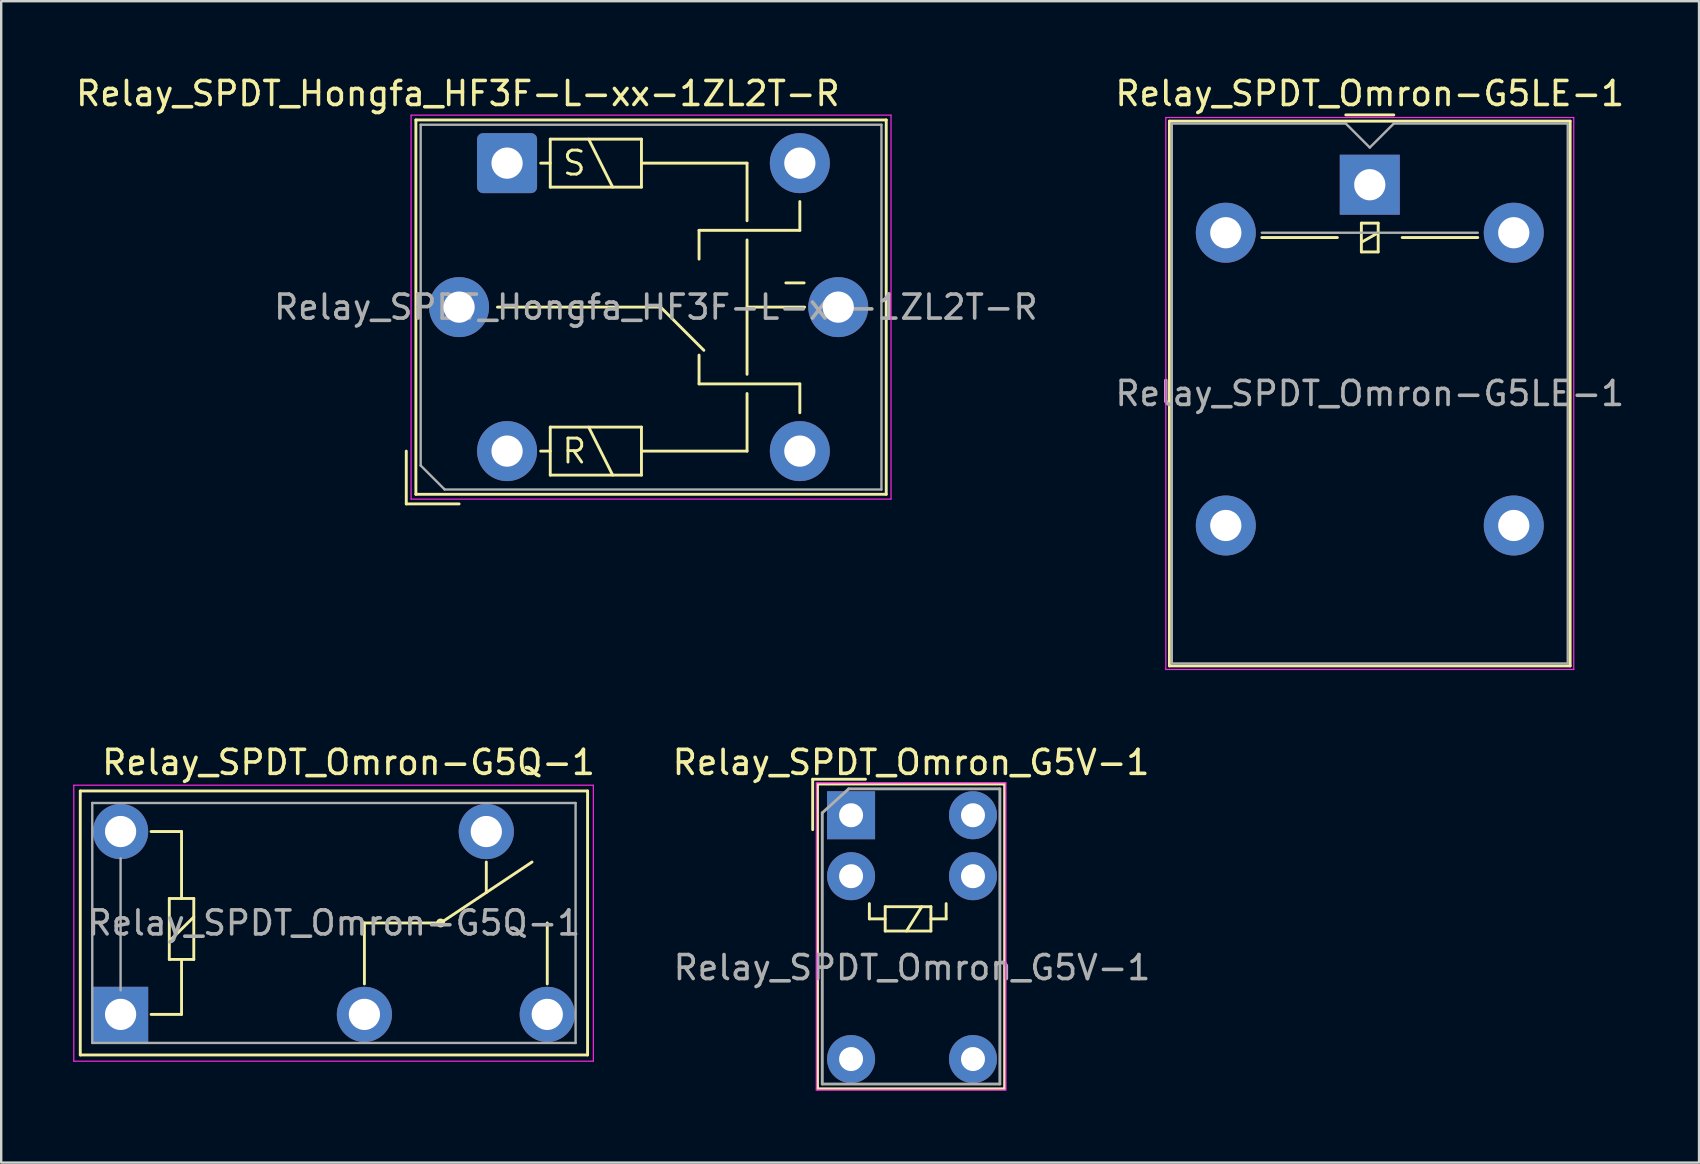
<source format=kicad_pcb>
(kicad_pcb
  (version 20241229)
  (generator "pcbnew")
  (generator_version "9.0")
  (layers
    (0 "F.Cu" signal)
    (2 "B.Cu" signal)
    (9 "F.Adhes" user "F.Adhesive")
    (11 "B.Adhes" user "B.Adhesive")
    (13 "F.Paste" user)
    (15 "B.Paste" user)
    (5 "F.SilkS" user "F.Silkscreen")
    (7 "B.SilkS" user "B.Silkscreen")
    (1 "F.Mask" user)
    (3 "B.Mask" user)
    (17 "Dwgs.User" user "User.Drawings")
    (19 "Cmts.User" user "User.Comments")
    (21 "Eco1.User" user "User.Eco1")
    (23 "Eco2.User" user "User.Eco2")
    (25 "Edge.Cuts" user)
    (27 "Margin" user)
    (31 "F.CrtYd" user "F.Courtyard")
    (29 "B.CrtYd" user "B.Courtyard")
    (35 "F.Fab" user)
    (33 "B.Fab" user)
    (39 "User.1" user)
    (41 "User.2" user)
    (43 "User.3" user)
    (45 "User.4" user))
  (footprint "Relay_SPDT_Omron-G5LE-1"
    (layer "F.Cu")
    (at 54.03 4.648)
    (property "Reference" "Relay_SPDT_Omron-G5LE-1" (at 0 -3.8 0) (layer "F.SilkS") (effects (font (size 1 1) (thickness 0.15))))
    (attr through_hole)
    (fp_line (start -8.35 -2.65) (end -8.35 20.05) (stroke (width 0.12) (type solid)) (layer "F.SilkS"))
    (fp_line (start -8.35 20.05) (end 8.35 20.05) (stroke (width 0.12) (type solid)) (layer "F.SilkS"))
    (fp_line (start -4.5 2.2) (end -1.35 2.2) (stroke (width 0.12) (type solid)) (layer "F.SilkS"))
    (fp_line (start -1 -2.91) (end 1 -2.91) (stroke (width 0.12) (type solid)) (layer "F.SilkS"))
    (fp_line (start -0.35 1.6) (end -0.35 2.8) (stroke (width 0.12) (type solid)) (layer "F.SilkS"))
    (fp_line (start -0.35 2.4) (end 0.35 2) (stroke (width 0.12) (type solid)) (layer "F.SilkS"))
    (fp_line (start -0.35 2.8) (end 0.35 2.8) (stroke (width 0.12) (type solid)) (layer "F.SilkS"))
    (fp_line (start 0.35 1.6) (end -0.35 1.6) (stroke (width 0.12) (type solid)) (layer "F.SilkS"))
    (fp_line (start 0.35 2.8) (end 0.35 1.6) (stroke (width 0.12) (type solid)) (layer "F.SilkS"))
    (fp_line (start 1.35 2.2) (end 4.5 2.2) (stroke (width 0.12) (type solid)) (layer "F.SilkS"))
    (fp_line (start 8.35 -2.65) (end -8.35 -2.65) (stroke (width 0.12) (type solid)) (layer "F.SilkS"))
    (fp_line (start 8.35 20.05) (end 8.35 -2.65) (stroke (width 0.12) (type solid)) (layer "F.SilkS"))
    (fp_line (start -8.5 -2.8) (end -8.5 20.2) (stroke (width 0.05) (type solid)) (layer "F.CrtYd"))
    (fp_line (start -8.5 20.2) (end 8.5 20.2) (stroke (width 0.05) (type solid)) (layer "F.CrtYd"))
    (fp_line (start 8.5 -2.8) (end -8.5 -2.8) (stroke (width 0.05) (type solid)) (layer "F.CrtYd"))
    (fp_line (start 8.5 20.2) (end 8.5 -2.8) (stroke (width 0.05) (type solid)) (layer "F.CrtYd"))
    (fp_line (start -8.25 -2.55) (end -1 -2.55) (stroke (width 0.1) (type solid)) (layer "F.Fab"))
    (fp_line (start -8.25 19.95) (end -8.25 -2.55) (stroke (width 0.1) (type solid)) (layer "F.Fab"))
    (fp_line (start -4.5 2) (end 4.5 2) (stroke (width 0.1) (type solid)) (layer "F.Fab"))
    (fp_line (start -1 -2.55) (end 0 -1.55) (stroke (width 0.1) (type solid)) (layer "F.Fab"))
    (fp_line (start 0 -1.55) (end 1 -2.55) (stroke (width 0.1) (type solid)) (layer "F.Fab"))
    (fp_line (start 1 -2.55) (end 8.25 -2.55) (stroke (width 0.1) (type solid)) (layer "F.Fab"))
    (fp_line (start 8.25 -2.55) (end 8.25 19.95) (stroke (width 0.1) (type solid)) (layer "F.Fab"))
    (fp_line (start 8.25 19.95) (end -8.25 19.95) (stroke (width 0.1) (type solid)) (layer "F.Fab"))
    (fp_text user "${REFERENCE}" (at 0 8.7 0) (layer "F.Fab") (effects (font (size 1 1) (thickness 0.15))))
    (pad "1" thru_hole rect (at 0 0) (size 2.5 2.5) (drill 1.3) (layers "*.Cu" "*.Mask"))
    (pad "2" thru_hole oval (at -6 2) (size 2.5 2.5) (drill 1.3) (layers "*.Cu" "*.Mask"))
    (pad "3" thru_hole oval (at -6 14.2) (size 2.5 2.5) (drill 1.3) (layers "*.Cu" "*.Mask"))
    (pad "4" thru_hole oval (at 6 14.2) (size 2.5 2.5) (drill 1.3) (layers "*.Cu" "*.Mask"))
    (pad "5" thru_hole oval (at 6 2) (size 2.5 2.5) (drill 1.3) (layers "*.Cu" "*.Mask")))
  (footprint "Relay_SPDT_Omron-G5Q-1"
    (layer "F.Cu")
    (at 1.975 39.221)
    (property "Reference" "Relay_SPDT_Omron-G5Q-1" (at 9.5 -10.5 180) (layer "F.SilkS") (effects (font (size 1 1) (thickness 0.15))))
    (attr through_hole)
    (fp_line (start -1.68 -9.31) (end 19.46 -9.31) (stroke (width 0.12) (type solid)) (layer "F.SilkS"))
    (fp_line (start -1.68 1.69) (end -1.68 -9.31) (stroke (width 0.12) (type solid)) (layer "F.SilkS"))
    (fp_line (start -1.68 1.69) (end 19.46 1.69) (stroke (width 0.12) (type solid)) (layer "F.SilkS"))
    (fp_line (start 1.27 0) (end 2.54 0) (stroke (width 0.12) (type solid)) (layer "F.SilkS"))
    (fp_line (start 2.03 -4.83) (end 2.54 -4.83) (stroke (width 0.12) (type solid)) (layer "F.SilkS"))
    (fp_line (start 2.03 -3.05) (end 3.05 -4.06) (stroke (width 0.12) (type solid)) (layer "F.SilkS"))
    (fp_line (start 2.03 -2.29) (end 2.03 -4.83) (stroke (width 0.12) (type solid)) (layer "F.SilkS"))
    (fp_line (start 2.54 -7.62) (end 1.27 -7.62) (stroke (width 0.12) (type solid)) (layer "F.SilkS"))
    (fp_line (start 2.54 -4.83) (end 2.54 -7.62) (stroke (width 0.12) (type solid)) (layer "F.SilkS"))
    (fp_line (start 2.54 -4.83) (end 3.05 -4.83) (stroke (width 0.12) (type solid)) (layer "F.SilkS"))
    (fp_line (start 2.54 -2.29) (end 2.03 -2.29) (stroke (width 0.12) (type solid)) (layer "F.SilkS"))
    (fp_line (start 2.54 0) (end 2.54 -2.29) (stroke (width 0.12) (type solid)) (layer "F.SilkS"))
    (fp_line (start 3.05 -4.83) (end 3.05 -2.29) (stroke (width 0.12) (type solid)) (layer "F.SilkS"))
    (fp_line (start 3.05 -2.29) (end 2.54 -2.29) (stroke (width 0.12) (type solid)) (layer "F.SilkS"))
    (fp_line (start 10.16 -3.81) (end 13.335 -3.81) (stroke (width 0.12) (type solid)) (layer "F.SilkS"))
    (fp_line (start 10.16 -1.27) (end 10.16 -3.81) (stroke (width 0.12) (type solid)) (layer "F.SilkS"))
    (fp_line (start 13.335 -3.81) (end 17.145 -6.35) (stroke (width 0.12) (type solid)) (layer "F.SilkS"))
    (fp_line (start 15.24 -6.35) (end 15.24 -5.08) (stroke (width 0.12) (type solid)) (layer "F.SilkS"))
    (fp_line (start 17.78 -1.27) (end 17.78 -3.81) (stroke (width 0.12) (type solid)) (layer "F.SilkS"))
    (fp_line (start 19.46 1.69) (end 19.46 -9.31) (stroke (width 0.12) (type solid)) (layer "F.SilkS"))
    (fp_circle (center 13.335 -3.81) (end 13.462 -3.81) (stroke (width 0.12) (type solid)) (fill no) (layer "F.SilkS"))
    (fp_line (start -1.95 -9.55) (end 19.7 -9.55) (stroke (width 0.05) (type solid)) (layer "F.CrtYd"))
    (fp_line (start -1.95 1.95) (end -1.95 -9.55) (stroke (width 0.05) (type solid)) (layer "F.CrtYd"))
    (fp_line (start 19.7 -9.55) (end 19.7 1.95) (stroke (width 0.05) (type solid)) (layer "F.CrtYd"))
    (fp_line (start 19.7 1.95) (end -1.95 1.95) (stroke (width 0.05) (type solid)) (layer "F.CrtYd"))
    (fp_line (start -1.18 -8.81) (end 18.96 -8.81) (stroke (width 0.1) (type solid)) (layer "F.Fab"))
    (fp_line (start -1.18 1.19) (end -1.18 -8.81) (stroke (width 0.1) (type solid)) (layer "F.Fab"))
    (fp_line (start 0 -1) (end 0 -6.5) (stroke (width 0.1) (type solid)) (layer "F.Fab"))
    (fp_line (start 18.96 -8.81) (end 18.96 1.19) (stroke (width 0.1) (type solid)) (layer "F.Fab"))
    (fp_line (start 18.96 1.19) (end -1.18 1.19) (stroke (width 0.1) (type solid)) (layer "F.Fab"))
    (fp_text user "${REFERENCE}" (at 8.89 -3.81 0) (layer "F.Fab") (effects (font (size 1 1) (thickness 0.15))))
    (pad "1" thru_hole rect (at 0 0 180) (size 2.3 2.3) (drill 1.3) (layers "*.Cu" "*.Mask"))
    (pad "2" thru_hole circle (at 10.16 0 180) (size 2.3 2.3) (drill 1.3) (layers "*.Cu" "*.Mask"))
    (pad "3" thru_hole circle (at 17.78 0 180) (size 2.3 2.3) (drill 1.3) (layers "*.Cu" "*.Mask"))
    (pad "4" thru_hole circle (at 15.24 -7.62 180) (size 2.3 2.3) (drill 1.3) (layers "*.Cu" "*.Mask"))
    (pad "5" thru_hole circle (at 0 -7.62 180) (size 2.3 2.3) (drill 1.3) (layers "*.Cu" "*.Mask")))
  (footprint "Relay_SPDT_Omron_G5V-1"
    (layer "F.Cu")
    (at 32.415 30.922)
    (property "Reference" "Relay_SPDT_Omron_G5V-1" (at 2.5 -2.2 0) (layer "F.SilkS") (effects (font (size 1 1) (thickness 0.15))))
    (attr through_hole)
    (fp_line (start -1.6 -1.5) (end 0.6 -1.5) (stroke (width 0.12) (type solid)) (layer "F.SilkS"))
    (fp_line (start -1.6 0.6) (end -1.6 -1.5) (stroke (width 0.12) (type solid)) (layer "F.SilkS"))
    (fp_line (start -1.4 -1.3) (end 6.4 -1.3) (stroke (width 0.12) (type solid)) (layer "F.SilkS"))
    (fp_line (start -1.4 11.4) (end -1.4 -1.3) (stroke (width 0.12) (type solid)) (layer "F.SilkS"))
    (fp_line (start 0.762 3.683) (end 0.762 4.318) (stroke (width 0.12) (type solid)) (layer "F.SilkS"))
    (fp_line (start 0.762 4.318) (end 1.422 4.318) (stroke (width 0.12) (type solid)) (layer "F.SilkS"))
    (fp_line (start 1.422 3.81) (end 1.422 4.826) (stroke (width 0.12) (type solid)) (layer "F.SilkS"))
    (fp_line (start 1.422 4.826) (end 3.327 4.826) (stroke (width 0.12) (type solid)) (layer "F.SilkS"))
    (fp_line (start 2.946 3.81) (end 2.311 4.826) (stroke (width 0.12) (type solid)) (layer "F.SilkS"))
    (fp_line (start 3.327 3.81) (end 1.422 3.81) (stroke (width 0.12) (type solid)) (layer "F.SilkS"))
    (fp_line (start 3.327 3.81) (end 3.327 4.826) (stroke (width 0.12) (type solid)) (layer "F.SilkS"))
    (fp_line (start 3.962 3.683) (end 3.962 4.318) (stroke (width 0.12) (type solid)) (layer "F.SilkS"))
    (fp_line (start 3.962 4.318) (end 3.327 4.318) (stroke (width 0.12) (type solid)) (layer "F.SilkS"))
    (fp_line (start 6.4 -1.3) (end 6.4 11.4) (stroke (width 0.12) (type solid)) (layer "F.SilkS"))
    (fp_line (start 6.4 11.4) (end -1.4 11.4) (stroke (width 0.12) (type solid)) (layer "F.SilkS"))
    (fp_line (start -1.45 -1.35) (end -1.45 11.45) (stroke (width 0.05) (type solid)) (layer "F.CrtYd"))
    (fp_line (start -1.45 -1.35) (end 6.45 -1.35) (stroke (width 0.05) (type solid)) (layer "F.CrtYd"))
    (fp_line (start 6.45 11.45) (end -1.45 11.45) (stroke (width 0.05) (type solid)) (layer "F.CrtYd"))
    (fp_line (start 6.45 11.45) (end 6.45 -1.35) (stroke (width 0.05) (type solid)) (layer "F.CrtYd"))
    (fp_line (start -1.2 -0.1) (end -0.1 -1.1) (stroke (width 0.12) (type solid)) (layer "F.Fab"))
    (fp_line (start -1.2 11.2) (end -1.2 -0.1) (stroke (width 0.12) (type solid)) (layer "F.Fab"))
    (fp_line (start -0.1 -1.1) (end 6.2 -1.1) (stroke (width 0.12) (type solid)) (layer "F.Fab"))
    (fp_line (start 6.2 -1.1) (end 6.2 11.2) (stroke (width 0.12) (type solid)) (layer "F.Fab"))
    (fp_line (start 6.2 11.2) (end -1.2 11.2) (stroke (width 0.12) (type solid)) (layer "F.Fab"))
    (fp_text user "${REFERENCE}" (at 2.54 6.35 0) (layer "F.Fab") (effects (font (size 1 1) (thickness 0.15))))
    (pad "1" thru_hole rect (at 0 0) (size 2 2) (drill 1) (layers "*.Cu" "*.Mask"))
    (pad "2" thru_hole circle (at 0 2.54) (size 2 2) (drill 1) (layers "*.Cu" "*.Mask"))
    (pad "5" thru_hole circle (at 0 10.16) (size 2 2) (drill 1) (layers "*.Cu" "*.Mask"))
    (pad "6" thru_hole circle (at 5.08 10.16) (size 2 2) (drill 1) (layers "*.Cu" "*.Mask"))
    (pad "9" thru_hole circle (at 5.08 2.54) (size 2 2) (drill 1) (layers "*.Cu" "*.Mask"))
    (pad "10" thru_hole circle (at 5.08 0) (size 2 2) (drill 1) (layers "*.Cu" "*.Mask")))
  (footprint "Relay_SPDT_Hongfa_HF3F-L-xx-1ZL2T-R"
    (layer "F.Cu")
    (at 18.08 3.748)
    (property "Reference" "Relay_SPDT_Hongfa_HF3F-L-xx-1ZL2T-R" (at -2.05 -2.9 0) (layer "F.SilkS") (effects (font (size 1 1) (thickness 0.15))))
    (attr through_hole)
    (fp_line (start -4.2 12) (end -4.2 14.2) (stroke (width 0.12) (type solid)) (layer "F.SilkS"))
    (fp_line (start -4.2 14.2) (end -2 14.2) (stroke (width 0.12) (type solid)) (layer "F.SilkS"))
    (fp_line (start -3.8 -1.8) (end -3.8 13.8) (stroke (width 0.12) (type solid)) (layer "F.SilkS"))
    (fp_line (start -3.8 13.8) (end 15.8 13.8) (stroke (width 0.12) (type solid)) (layer "F.SilkS"))
    (fp_line (start -0.4 6) (end 6.4 6) (stroke (width 0.12) (type solid)) (layer "F.SilkS"))
    (fp_line (start 1.8 -1) (end 1.8 1) (stroke (width 0.12) (type solid)) (layer "F.SilkS"))
    (fp_line (start 1.8 0) (end 1.4 0) (stroke (width 0.12) (type solid)) (layer "F.SilkS"))
    (fp_line (start 1.8 1) (end 5.6 1) (stroke (width 0.12) (type solid)) (layer "F.SilkS"))
    (fp_line (start 1.8 11) (end 1.8 13) (stroke (width 0.12) (type solid)) (layer "F.SilkS"))
    (fp_line (start 1.8 12) (end 1.4 12) (stroke (width 0.12) (type solid)) (layer "F.SilkS"))
    (fp_line (start 1.8 13) (end 5.6 13) (stroke (width 0.12) (type solid)) (layer "F.SilkS"))
    (fp_line (start 3.4 -1) (end 4.4 1) (stroke (width 0.12) (type solid)) (layer "F.SilkS"))
    (fp_line (start 3.4 11) (end 4.4 13) (stroke (width 0.12) (type solid)) (layer "F.SilkS"))
    (fp_line (start 5.6 -1) (end 1.8 -1) (stroke (width 0.12) (type solid)) (layer "F.SilkS"))
    (fp_line (start 5.6 0) (end 10 0) (stroke (width 0.12) (type solid)) (layer "F.SilkS"))
    (fp_line (start 5.6 1) (end 5.6 -1) (stroke (width 0.12) (type solid)) (layer "F.SilkS"))
    (fp_line (start 5.6 11) (end 1.8 11) (stroke (width 0.12) (type solid)) (layer "F.SilkS"))
    (fp_line (start 5.6 13) (end 5.6 11) (stroke (width 0.12) (type solid)) (layer "F.SilkS"))
    (fp_line (start 6.4 6) (end 8.2 7.8) (stroke (width 0.12) (type solid)) (layer "F.SilkS"))
    (fp_line (start 8 2.8) (end 8 4) (stroke (width 0.12) (type solid)) (layer "F.SilkS"))
    (fp_line (start 8 9.2) (end 8 8) (stroke (width 0.12) (type solid)) (layer "F.SilkS"))
    (fp_line (start 10 0) (end 10 2.4) (stroke (width 0.12) (type solid)) (layer "F.SilkS"))
    (fp_line (start 10 3.2) (end 10 8.8) (stroke (width 0.12) (type solid)) (layer "F.SilkS"))
    (fp_line (start 10 6) (end 12.4 6) (stroke (width 0.12) (type solid)) (layer "F.SilkS"))
    (fp_line (start 10 9.6) (end 10 12) (stroke (width 0.12) (type solid)) (layer "F.SilkS"))
    (fp_line (start 10 12) (end 5.6 12) (stroke (width 0.12) (type solid)) (layer "F.SilkS"))
    (fp_line (start 12.2 1.6) (end 12.2 2.8) (stroke (width 0.12) (type solid)) (layer "F.SilkS"))
    (fp_line (start 12.2 2.8) (end 8 2.8) (stroke (width 0.12) (type solid)) (layer "F.SilkS"))
    (fp_line (start 12.2 9.2) (end 8 9.2) (stroke (width 0.12) (type solid)) (layer "F.SilkS"))
    (fp_line (start 12.2 10.4) (end 12.2 9.2) (stroke (width 0.12) (type solid)) (layer "F.SilkS"))
    (fp_line (start 15.8 -1.8) (end -3.8 -1.8) (stroke (width 0.12) (type solid)) (layer "F.SilkS"))
    (fp_line (start 15.8 13.8) (end 15.8 -1.8) (stroke (width 0.12) (type solid)) (layer "F.SilkS"))
    (fp_line (start -4 -2) (end -4 14) (stroke (width 0.05) (type solid)) (layer "F.CrtYd"))
    (fp_line (start -4 14) (end 16 14) (stroke (width 0.05) (type solid)) (layer "F.CrtYd"))
    (fp_line (start 16 -2) (end -4 -2) (stroke (width 0.05) (type solid)) (layer "F.CrtYd"))
    (fp_line (start 16 14) (end 16 -2) (stroke (width 0.05) (type solid)) (layer "F.CrtYd"))
    (fp_line (start -3.6 -1.6) (end -3.6 12.6) (stroke (width 0.1) (type solid)) (layer "F.Fab"))
    (fp_line (start -3.6 12.6) (end -2.6 13.6) (stroke (width 0.1) (type solid)) (layer "F.Fab"))
    (fp_line (start -2.6 13.6) (end 15.6 13.6) (stroke (width 0.1) (type solid)) (layer "F.Fab"))
    (fp_line (start 15.6 -1.6) (end -3.6 -1.6) (stroke (width 0.1) (type solid)) (layer "F.Fab"))
    (fp_line (start 15.6 13.6) (end 15.6 -1.6) (stroke (width 0.1) (type solid)) (layer "F.Fab"))
    (fp_text user "R" (at 2.8 12 180) (layer "F.SilkS") (effects (font (size 1 1) (thickness 0.12))))
    (fp_text user "S" (at 2.8 0 0) (layer "F.SilkS") (effects (font (size 1 1) (thickness 0.12))))
    (fp_text user "-" (at 11.3 5.5 0) (unlocked yes) (layer "F.SilkS") (effects (font (size 1 1) (thickness 0.12)) (justify left bottom)))
    (fp_text user "${REFERENCE}" (at 6.2 6 0) (layer "F.Fab") (effects (font (size 1 1) (thickness 0.15))))
    (pad "11" thru_hole circle (at -2 6) (size 2.5 2.5) (drill 1.3) (layers "*.Cu" "*.Mask"))
    (pad "12" thru_hole circle (at 12.2 12) (size 2.5 2.5) (drill 1.3) (layers "*.Cu" "*.Mask"))
    (pad "14" thru_hole circle (at 12.2 0) (size 2.5 2.5) (drill 1.3) (layers "*.Cu" "*.Mask"))
    (pad "A1" thru_hole roundrect (at 0 0) (size 2.5 2.5) (drill 1.3) (layers "*.Cu" "*.Mask") (roundrect_rratio 0.1))
    (pad "A2" thru_hole circle (at 0 12) (size 2.5 2.5) (drill 1.3) (layers "*.Cu" "*.Mask"))
    (pad "A3" thru_hole circle (at 13.8 6) (size 2.5 2.5) (drill 1.3) (layers "*.Cu" "*.Mask")))
  (gr_rect
    (start -3 -3)
    (end 67.75 45.397)
    (stroke (width 0.1) (type default))
    (fill no)
    (layer "Edge.Cuts")))
</source>
